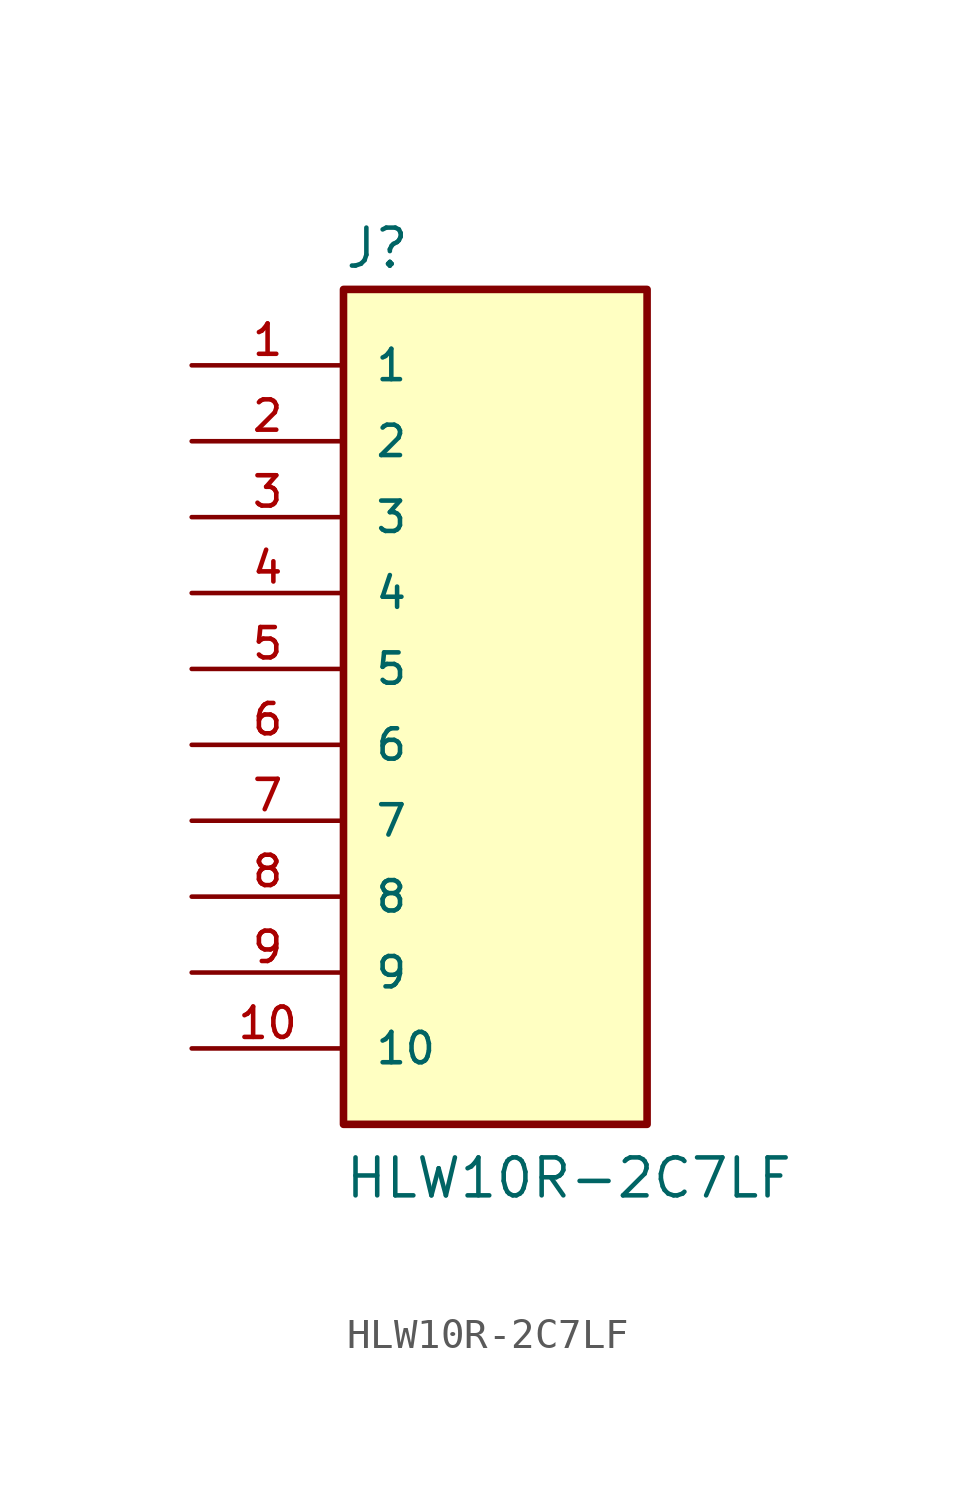
<source format=kicad_sym>
(kicad_symbol_lib
  (version 20211014)
  (generator kicad_symbol_editor)
  (symbol "HLW10R-2C7LF"
    (pin_names
      (offset 1.016))
    (property "Reference" "J"
      (at -5.08 13.335 0)
      (effects (font (size 1.27 1.27)) (justify bottom left)))
    (property "Value" "HLW10R-2C7LF"
      (at -5.08 -17.78 0)
      (effects (font (size 1.27 1.27)) (justify bottom left)))
    (symbol "HLW10R-2C7LF_0_0"
      (rectangle (start -5.08 -15.24) (end 5.08 12.7) (stroke (width 0.254)) (fill (type background)))
      (pin passive line (at -10.16 10.16 0) (length 5.08) (name "1" (effects (font (size 1.016 1.016)))) (number "1" (effects (font (size 1.016 1.016)))))
      (pin passive line (at -10.16 7.62 0) (length 5.08) (name "2" (effects (font (size 1.016 1.016)))) (number "2" (effects (font (size 1.016 1.016)))))
      (pin passive line (at -10.16 5.08 0) (length 5.08) (name "3" (effects (font (size 1.016 1.016)))) (number "3" (effects (font (size 1.016 1.016)))))
      (pin passive line (at -10.16 2.54 0) (length 5.08) (name "4" (effects (font (size 1.016 1.016)))) (number "4" (effects (font (size 1.016 1.016)))))
      (pin passive line (at -10.16 0.0 0) (length 5.08) (name "5" (effects (font (size 1.016 1.016)))) (number "5" (effects (font (size 1.016 1.016)))))
      (pin passive line (at -10.16 -2.54 0) (length 5.08) (name "6" (effects (font (size 1.016 1.016)))) (number "6" (effects (font (size 1.016 1.016)))))
      (pin passive line (at -10.16 -5.08 0) (length 5.08) (name "7" (effects (font (size 1.016 1.016)))) (number "7" (effects (font (size 1.016 1.016)))))
      (pin passive line (at -10.16 -7.62 0) (length 5.08) (name "8" (effects (font (size 1.016 1.016)))) (number "8" (effects (font (size 1.016 1.016)))))
      (pin passive line (at -10.16 -10.16 0) (length 5.08) (name "9" (effects (font (size 1.016 1.016)))) (number "9" (effects (font (size 1.016 1.016)))))
      (pin passive line (at -10.16 -12.7 0) (length 5.08) (name "10" (effects (font (size 1.016 1.016)))) (number "10" (effects (font (size 1.016 1.016))))))))
</source>
